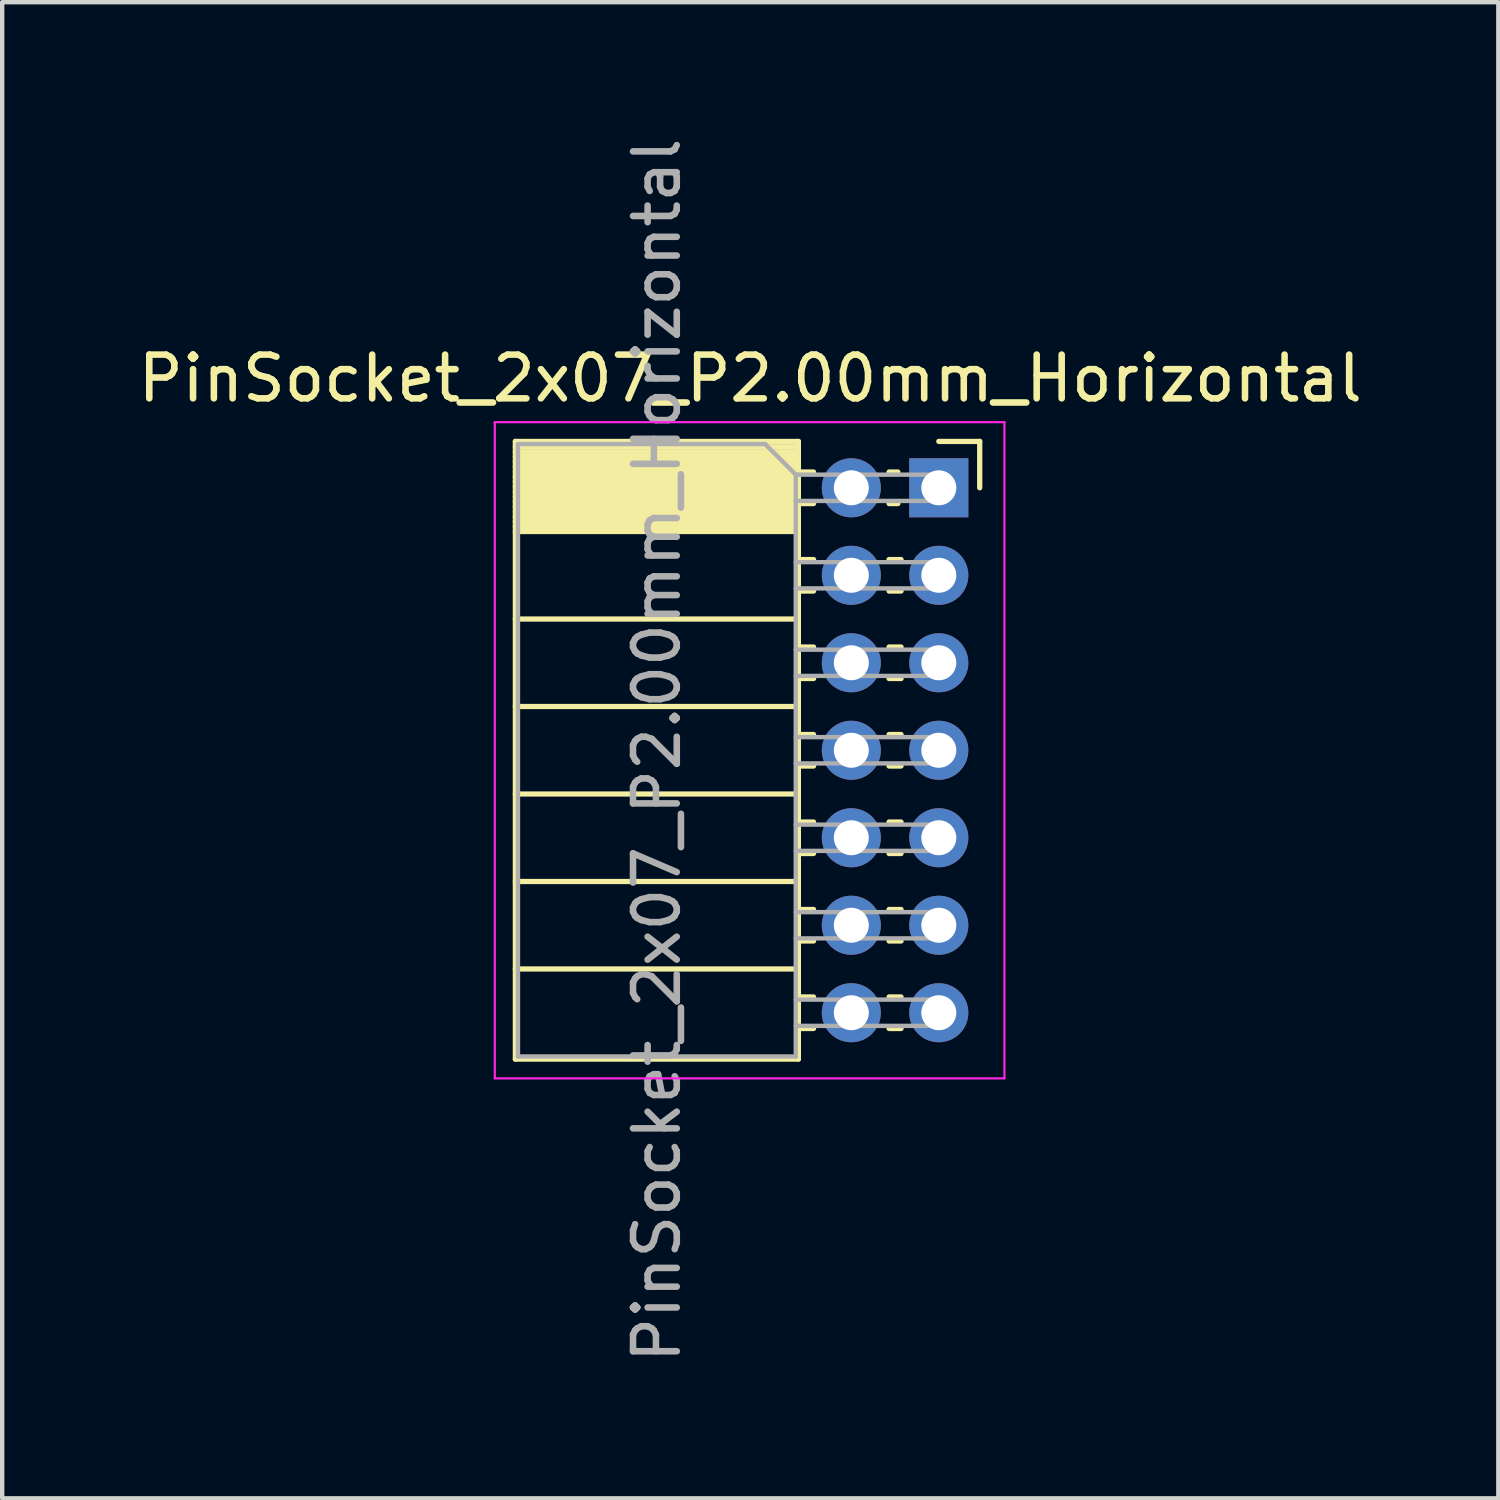
<source format=kicad_pcb>
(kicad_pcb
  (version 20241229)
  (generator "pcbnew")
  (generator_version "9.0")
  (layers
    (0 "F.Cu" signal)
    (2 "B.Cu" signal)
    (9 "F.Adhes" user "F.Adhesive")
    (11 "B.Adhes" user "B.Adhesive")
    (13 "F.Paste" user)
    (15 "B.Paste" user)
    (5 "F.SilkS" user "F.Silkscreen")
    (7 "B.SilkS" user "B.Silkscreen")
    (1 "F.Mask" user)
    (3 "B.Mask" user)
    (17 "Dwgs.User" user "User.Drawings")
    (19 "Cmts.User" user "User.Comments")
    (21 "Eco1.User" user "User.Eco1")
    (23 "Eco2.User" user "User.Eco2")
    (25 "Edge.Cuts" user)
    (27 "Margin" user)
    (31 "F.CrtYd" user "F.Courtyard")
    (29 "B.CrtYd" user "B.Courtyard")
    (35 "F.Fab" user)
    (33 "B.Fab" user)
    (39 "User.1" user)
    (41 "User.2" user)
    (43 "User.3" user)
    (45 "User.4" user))
  (footprint "PinSocket_2x07_P2.00mm_Horizontal"
    (layer "F.Cu")
    (at 18.411 8.101)
    (property "Reference" "PinSocket_2x07_P2.00mm_Horizontal" (at -4.31 -2.5 0) (layer "F.SilkS") (effects (font (size 1 1) (thickness 0.15))))
    (attr through_hole)
    (fp_line (start -9.68 -1.06) (end -9.68 13.06) (stroke (width 0.12) (type solid)) (layer "F.SilkS"))
    (fp_line (start -9.68 -1.06) (end -3.21 -1.06) (stroke (width 0.12) (type solid)) (layer "F.SilkS"))
    (fp_line (start -9.68 -0.94) (end -3.21 -0.94) (stroke (width 0.12) (type solid)) (layer "F.SilkS"))
    (fp_line (start -9.68 -0.826) (end -3.21 -0.826) (stroke (width 0.12) (type solid)) (layer "F.SilkS"))
    (fp_line (start -9.68 -0.712) (end -3.21 -0.712) (stroke (width 0.12) (type solid)) (layer "F.SilkS"))
    (fp_line (start -9.68 -0.598) (end -3.21 -0.598) (stroke (width 0.12) (type solid)) (layer "F.SilkS"))
    (fp_line (start -9.68 -0.484) (end -3.21 -0.484) (stroke (width 0.12) (type solid)) (layer "F.SilkS"))
    (fp_line (start -9.68 -0.369) (end -3.21 -0.369) (stroke (width 0.12) (type solid)) (layer "F.SilkS"))
    (fp_line (start -9.68 -0.255) (end -3.21 -0.255) (stroke (width 0.12) (type solid)) (layer "F.SilkS"))
    (fp_line (start -9.68 -0.141) (end -3.21 -0.141) (stroke (width 0.12) (type solid)) (layer "F.SilkS"))
    (fp_line (start -9.68 -0.027) (end -3.21 -0.027) (stroke (width 0.12) (type solid)) (layer "F.SilkS"))
    (fp_line (start -9.68 0.087) (end -3.21 0.087) (stroke (width 0.12) (type solid)) (layer "F.SilkS"))
    (fp_line (start -9.68 0.201) (end -3.21 0.201) (stroke (width 0.12) (type solid)) (layer "F.SilkS"))
    (fp_line (start -9.68 0.315) (end -3.21 0.315) (stroke (width 0.12) (type solid)) (layer "F.SilkS"))
    (fp_line (start -9.68 0.429) (end -3.21 0.429) (stroke (width 0.12) (type solid)) (layer "F.SilkS"))
    (fp_line (start -9.68 0.544) (end -3.21 0.544) (stroke (width 0.12) (type solid)) (layer "F.SilkS"))
    (fp_line (start -9.68 0.658) (end -3.21 0.658) (stroke (width 0.12) (type solid)) (layer "F.SilkS"))
    (fp_line (start -9.68 0.772) (end -3.21 0.772) (stroke (width 0.12) (type solid)) (layer "F.SilkS"))
    (fp_line (start -9.68 0.886) (end -3.21 0.886) (stroke (width 0.12) (type solid)) (layer "F.SilkS"))
    (fp_line (start -9.68 1) (end -3.21 1) (stroke (width 0.12) (type solid)) (layer "F.SilkS"))
    (fp_line (start -9.68 3) (end -3.21 3) (stroke (width 0.12) (type solid)) (layer "F.SilkS"))
    (fp_line (start -9.68 5) (end -3.21 5) (stroke (width 0.12) (type solid)) (layer "F.SilkS"))
    (fp_line (start -9.68 7) (end -3.21 7) (stroke (width 0.12) (type solid)) (layer "F.SilkS"))
    (fp_line (start -9.68 9) (end -3.21 9) (stroke (width 0.12) (type solid)) (layer "F.SilkS"))
    (fp_line (start -9.68 11) (end -3.21 11) (stroke (width 0.12) (type solid)) (layer "F.SilkS"))
    (fp_line (start -9.68 13.06) (end -3.21 13.06) (stroke (width 0.12) (type solid)) (layer "F.SilkS"))
    (fp_line (start -3.21 -1.06) (end -3.21 13.06) (stroke (width 0.12) (type solid)) (layer "F.SilkS"))
    (fp_line (start -3.21 -0.36) (end -2.863 -0.36) (stroke (width 0.12) (type solid)) (layer "F.SilkS"))
    (fp_line (start -3.21 0.36) (end -2.863 0.36) (stroke (width 0.12) (type solid)) (layer "F.SilkS"))
    (fp_line (start -3.21 1.64) (end -2.863 1.64) (stroke (width 0.12) (type solid)) (layer "F.SilkS"))
    (fp_line (start -3.21 2.36) (end -2.863 2.36) (stroke (width 0.12) (type solid)) (layer "F.SilkS"))
    (fp_line (start -3.21 3.64) (end -2.863 3.64) (stroke (width 0.12) (type solid)) (layer "F.SilkS"))
    (fp_line (start -3.21 4.36) (end -2.863 4.36) (stroke (width 0.12) (type solid)) (layer "F.SilkS"))
    (fp_line (start -3.21 5.64) (end -2.863 5.64) (stroke (width 0.12) (type solid)) (layer "F.SilkS"))
    (fp_line (start -3.21 6.36) (end -2.863 6.36) (stroke (width 0.12) (type solid)) (layer "F.SilkS"))
    (fp_line (start -3.21 7.64) (end -2.863 7.64) (stroke (width 0.12) (type solid)) (layer "F.SilkS"))
    (fp_line (start -3.21 8.36) (end -2.863 8.36) (stroke (width 0.12) (type solid)) (layer "F.SilkS"))
    (fp_line (start -3.21 9.64) (end -2.863 9.64) (stroke (width 0.12) (type solid)) (layer "F.SilkS"))
    (fp_line (start -3.21 10.36) (end -2.863 10.36) (stroke (width 0.12) (type solid)) (layer "F.SilkS"))
    (fp_line (start -3.21 11.64) (end -2.863 11.64) (stroke (width 0.12) (type solid)) (layer "F.SilkS"))
    (fp_line (start -3.21 12.36) (end -2.863 12.36) (stroke (width 0.12) (type solid)) (layer "F.SilkS"))
    (fp_line (start -1.137 -0.36) (end -0.935 -0.36) (stroke (width 0.12) (type solid)) (layer "F.SilkS"))
    (fp_line (start -1.137 0.36) (end -0.935 0.36) (stroke (width 0.12) (type solid)) (layer "F.SilkS"))
    (fp_line (start -1.137 1.64) (end -0.863 1.64) (stroke (width 0.12) (type solid)) (layer "F.SilkS"))
    (fp_line (start -1.137 2.36) (end -0.863 2.36) (stroke (width 0.12) (type solid)) (layer "F.SilkS"))
    (fp_line (start -1.137 3.64) (end -0.863 3.64) (stroke (width 0.12) (type solid)) (layer "F.SilkS"))
    (fp_line (start -1.137 4.36) (end -0.863 4.36) (stroke (width 0.12) (type solid)) (layer "F.SilkS"))
    (fp_line (start -1.137 5.64) (end -0.863 5.64) (stroke (width 0.12) (type solid)) (layer "F.SilkS"))
    (fp_line (start -1.137 6.36) (end -0.863 6.36) (stroke (width 0.12) (type solid)) (layer "F.SilkS"))
    (fp_line (start -1.137 7.64) (end -0.863 7.64) (stroke (width 0.12) (type solid)) (layer "F.SilkS"))
    (fp_line (start -1.137 8.36) (end -0.863 8.36) (stroke (width 0.12) (type solid)) (layer "F.SilkS"))
    (fp_line (start -1.137 9.64) (end -0.863 9.64) (stroke (width 0.12) (type solid)) (layer "F.SilkS"))
    (fp_line (start -1.137 10.36) (end -0.863 10.36) (stroke (width 0.12) (type solid)) (layer "F.SilkS"))
    (fp_line (start -1.137 11.64) (end -0.863 11.64) (stroke (width 0.12) (type solid)) (layer "F.SilkS"))
    (fp_line (start -1.137 12.36) (end -0.863 12.36) (stroke (width 0.12) (type solid)) (layer "F.SilkS"))
    (fp_line (start 0 -1.06) (end 0.935 -1.06) (stroke (width 0.12) (type solid)) (layer "F.SilkS"))
    (fp_line (start 0.935 -1.06) (end 0.935 0) (stroke (width 0.12) (type solid)) (layer "F.SilkS"))
    (fp_line (start -10.15 -1.5) (end -10.15 13.5) (stroke (width 0.05) (type solid)) (layer "F.CrtYd"))
    (fp_line (start -10.15 13.5) (end 1.5 13.5) (stroke (width 0.05) (type solid)) (layer "F.CrtYd"))
    (fp_line (start 1.5 -1.5) (end -10.15 -1.5) (stroke (width 0.05) (type solid)) (layer "F.CrtYd"))
    (fp_line (start 1.5 13.5) (end 1.5 -1.5) (stroke (width 0.05) (type solid)) (layer "F.CrtYd"))
    (fp_line (start -9.62 -1) (end -3.97 -1) (stroke (width 0.1) (type solid)) (layer "F.Fab"))
    (fp_line (start -9.62 13) (end -9.62 -1) (stroke (width 0.1) (type solid)) (layer "F.Fab"))
    (fp_line (start -3.97 -1) (end -3.27 -0.3) (stroke (width 0.1) (type solid)) (layer "F.Fab"))
    (fp_line (start -3.27 -0.3) (end -3.27 13) (stroke (width 0.1) (type solid)) (layer "F.Fab"))
    (fp_line (start -3.27 0.3) (end 0 0.3) (stroke (width 0.1) (type solid)) (layer "F.Fab"))
    (fp_line (start -3.27 2.3) (end 0 2.3) (stroke (width 0.1) (type solid)) (layer "F.Fab"))
    (fp_line (start -3.27 4.3) (end 0 4.3) (stroke (width 0.1) (type solid)) (layer "F.Fab"))
    (fp_line (start -3.27 6.3) (end 0 6.3) (stroke (width 0.1) (type solid)) (layer "F.Fab"))
    (fp_line (start -3.27 8.3) (end 0 8.3) (stroke (width 0.1) (type solid)) (layer "F.Fab"))
    (fp_line (start -3.27 10.3) (end 0 10.3) (stroke (width 0.1) (type solid)) (layer "F.Fab"))
    (fp_line (start -3.27 12.3) (end 0 12.3) (stroke (width 0.1) (type solid)) (layer "F.Fab"))
    (fp_line (start -3.27 13) (end -9.62 13) (stroke (width 0.1) (type solid)) (layer "F.Fab"))
    (fp_line (start 0 -0.3) (end -3.27 -0.3) (stroke (width 0.1) (type solid)) (layer "F.Fab"))
    (fp_line (start 0 0.3) (end 0 -0.3) (stroke (width 0.1) (type solid)) (layer "F.Fab"))
    (fp_line (start 0 1.7) (end -3.27 1.7) (stroke (width 0.1) (type solid)) (layer "F.Fab"))
    (fp_line (start 0 2.3) (end 0 1.7) (stroke (width 0.1) (type solid)) (layer "F.Fab"))
    (fp_line (start 0 3.7) (end -3.27 3.7) (stroke (width 0.1) (type solid)) (layer "F.Fab"))
    (fp_line (start 0 4.3) (end 0 3.7) (stroke (width 0.1) (type solid)) (layer "F.Fab"))
    (fp_line (start 0 5.7) (end -3.27 5.7) (stroke (width 0.1) (type solid)) (layer "F.Fab"))
    (fp_line (start 0 6.3) (end 0 5.7) (stroke (width 0.1) (type solid)) (layer "F.Fab"))
    (fp_line (start 0 7.7) (end -3.27 7.7) (stroke (width 0.1) (type solid)) (layer "F.Fab"))
    (fp_line (start 0 8.3) (end 0 7.7) (stroke (width 0.1) (type solid)) (layer "F.Fab"))
    (fp_line (start 0 9.7) (end -3.27 9.7) (stroke (width 0.1) (type solid)) (layer "F.Fab"))
    (fp_line (start 0 10.3) (end 0 9.7) (stroke (width 0.1) (type solid)) (layer "F.Fab"))
    (fp_line (start 0 11.7) (end -3.27 11.7) (stroke (width 0.1) (type solid)) (layer "F.Fab"))
    (fp_line (start 0 12.3) (end 0 11.7) (stroke (width 0.1) (type solid)) (layer "F.Fab"))
    (fp_text user "${REFERENCE}" (at -6.445 6 90) (layer "F.Fab") (effects (font (size 1 1) (thickness 0.15))))
    (pad "1" thru_hole rect (at 0 0) (size 1.35 1.35) (drill 0.8) (layers "*.Cu" "*.Mask"))
    (pad "2" thru_hole circle (at -2 0) (size 1.35 1.35) (drill 0.8) (layers "*.Cu" "*.Mask"))
    (pad "3" thru_hole circle (at 0 2) (size 1.35 1.35) (drill 0.8) (layers "*.Cu" "*.Mask"))
    (pad "4" thru_hole circle (at -2 2) (size 1.35 1.35) (drill 0.8) (layers "*.Cu" "*.Mask"))
    (pad "5" thru_hole circle (at 0 4) (size 1.35 1.35) (drill 0.8) (layers "*.Cu" "*.Mask"))
    (pad "6" thru_hole circle (at -2 4) (size 1.35 1.35) (drill 0.8) (layers "*.Cu" "*.Mask"))
    (pad "7" thru_hole circle (at 0 6) (size 1.35 1.35) (drill 0.8) (layers "*.Cu" "*.Mask"))
    (pad "8" thru_hole circle (at -2 6) (size 1.35 1.35) (drill 0.8) (layers "*.Cu" "*.Mask"))
    (pad "9" thru_hole circle (at 0 8) (size 1.35 1.35) (drill 0.8) (layers "*.Cu" "*.Mask"))
    (pad "10" thru_hole circle (at -2 8) (size 1.35 1.35) (drill 0.8) (layers "*.Cu" "*.Mask"))
    (pad "11" thru_hole circle (at 0 10) (size 1.35 1.35) (drill 0.8) (layers "*.Cu" "*.Mask"))
    (pad "12" thru_hole circle (at -2 10) (size 1.35 1.35) (drill 0.8) (layers "*.Cu" "*.Mask"))
    (pad "13" thru_hole circle (at 0 12) (size 1.35 1.35) (drill 0.8) (layers "*.Cu" "*.Mask"))
    (pad "14" thru_hole circle (at -2 12) (size 1.35 1.35) (drill 0.8) (layers "*.Cu" "*.Mask")))
  (gr_rect
    (start -3 -3)
    (end 31.202 31.202)
    (stroke (width 0.1) (type default))
    (fill no)
    (layer "Edge.Cuts")))
</source>
